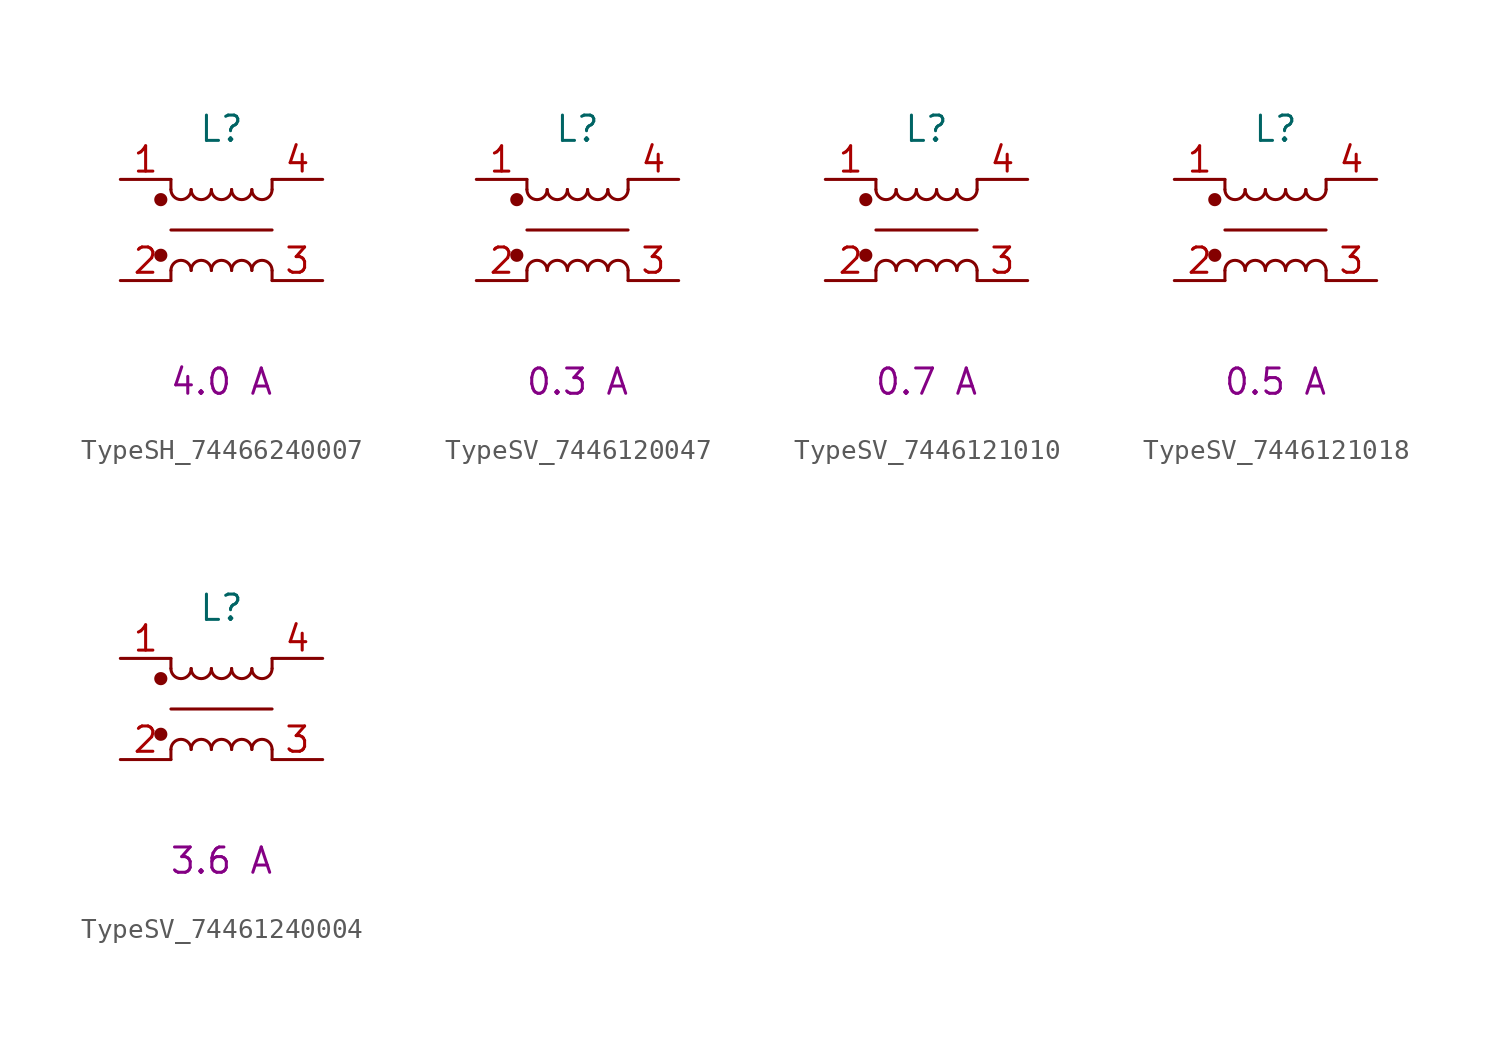
<source format=kicad_sym>
(kicad_symbol_lib
  (version 20220914)
  (generator kicad_symbol_editor)
  (symbol "TypeSH_74466240007"
    (pin_names hide)
    (property "Reference" "L"
      (at 0 5.08 0)
      (effects (font (size 1.27 1.27))))
    (property "Critical Parameter" "4.0 A"
      (at 0 -7.62 0)
      (effects (font (size 1.27 1.27))))
    (symbol "TypeSH_74466240007_0_1"
      (circle (center -3.048 -1.27) (radius 0.254) (stroke (width 0) (type default)) (fill (type outline)))
      (circle (center -3.048 1.524) (radius 0.254) (stroke (width 0) (type default)) (fill (type outline)))
      (arc (start -2.54 2.032) (mid -2.032 1.5262) (end -1.524 2.032) (stroke (width 0) (type default)) (fill (type none)))
      (arc (start -1.524 -2.032) (mid -2.032 -1.5262) (end -2.54 -2.032) (stroke (width 0) (type default)) (fill (type none)))
      (arc (start -1.524 2.032) (mid -1.016 1.5262) (end -0.508 2.032) (stroke (width 0) (type default)) (fill (type none)))
      (arc (start -0.508 -2.032) (mid -1.016 -1.5262) (end -1.524 -2.032) (stroke (width 0) (type default)) (fill (type none)))
      (arc (start -0.508 2.032) (mid 0 1.5262) (end 0.508 2.032) (stroke (width 0) (type default)) (fill (type none)))
      (polyline (pts (xy -2.54 -2.032) (xy -2.54 -2.54)) (stroke (width 0) (type default)) (fill (type none)))
      (polyline (pts (xy -2.54 2.032) (xy -2.54 2.54)) (stroke (width 0) (type default)) (fill (type none)))
      (polyline (pts (xy 2.54 -2.032) (xy 2.54 -2.54)) (stroke (width 0) (type default)) (fill (type none)))
      (polyline (pts (xy 2.54 0) (xy -2.54 0)) (stroke (width 0) (type default)) (fill (type none)))
      (polyline (pts (xy 2.54 2.54) (xy 2.54 2.032)) (stroke (width 0) (type default)) (fill (type none)))
      (arc (start 0.508 -2.032) (mid 0 -1.5262) (end -0.508 -2.032) (stroke (width 0) (type default)) (fill (type none)))
      (arc (start 0.508 2.032) (mid 1.016 1.5262) (end 1.524 2.032) (stroke (width 0) (type default)) (fill (type none)))
      (arc (start 1.524 -2.032) (mid 1.016 -1.5262) (end 0.508 -2.032) (stroke (width 0) (type default)) (fill (type none)))
      (arc (start 1.524 2.032) (mid 2.032 1.5262) (end 2.54 2.032) (stroke (width 0) (type default)) (fill (type none)))
      (arc (start 2.54 -2.032) (mid 2.032 -1.5262) (end 1.524 -2.032) (stroke (width 0) (type default)) (fill (type none))))
    (symbol "TypeSH_74466240007_1_1"
      (pin passive line (at -5.08 2.54 0) (length 2.54) (name "1" (effects (font (size 1.27 1.27)))) (number "1" (effects (font (size 1.27 1.27)))))
      (pin passive line (at -5.08 -2.54 0) (length 2.54) (name "2" (effects (font (size 1.27 1.27)))) (number "2" (effects (font (size 1.27 1.27)))))
      (pin passive line (at 5.08 -2.54 180) (length 2.54) (name "3" (effects (font (size 1.27 1.27)))) (number "3" (effects (font (size 1.27 1.27)))))
      (pin passive line (at 5.08 2.54 180) (length 2.54) (name "4" (effects (font (size 1.27 1.27)))) (number "4" (effects (font (size 1.27 1.27)))))))
  (symbol "TypeSV_7446120047"
    (pin_names hide)
    (property "Reference" "L"
      (at 0 5.08 0)
      (effects (font (size 1.27 1.27))))
    (property "Critical Parameter" "0.3 A"
      (at 0 -7.62 0)
      (effects (font (size 1.27 1.27))))
    (symbol "TypeSV_7446120047_0_1"
      (circle (center -3.048 -1.27) (radius 0.254) (stroke (width 0) (type default)) (fill (type outline)))
      (circle (center -3.048 1.524) (radius 0.254) (stroke (width 0) (type default)) (fill (type outline)))
      (arc (start -2.54 2.032) (mid -2.032 1.5262) (end -1.524 2.032) (stroke (width 0) (type default)) (fill (type none)))
      (arc (start -1.524 -2.032) (mid -2.032 -1.5262) (end -2.54 -2.032) (stroke (width 0) (type default)) (fill (type none)))
      (arc (start -1.524 2.032) (mid -1.016 1.5262) (end -0.508 2.032) (stroke (width 0) (type default)) (fill (type none)))
      (arc (start -0.508 -2.032) (mid -1.016 -1.5262) (end -1.524 -2.032) (stroke (width 0) (type default)) (fill (type none)))
      (arc (start -0.508 2.032) (mid 0 1.5262) (end 0.508 2.032) (stroke (width 0) (type default)) (fill (type none)))
      (polyline (pts (xy -2.54 -2.032) (xy -2.54 -2.54)) (stroke (width 0) (type default)) (fill (type none)))
      (polyline (pts (xy -2.54 2.032) (xy -2.54 2.54)) (stroke (width 0) (type default)) (fill (type none)))
      (polyline (pts (xy 2.54 -2.032) (xy 2.54 -2.54)) (stroke (width 0) (type default)) (fill (type none)))
      (polyline (pts (xy 2.54 0) (xy -2.54 0)) (stroke (width 0) (type default)) (fill (type none)))
      (polyline (pts (xy 2.54 2.54) (xy 2.54 2.032)) (stroke (width 0) (type default)) (fill (type none)))
      (arc (start 0.508 -2.032) (mid 0 -1.5262) (end -0.508 -2.032) (stroke (width 0) (type default)) (fill (type none)))
      (arc (start 0.508 2.032) (mid 1.016 1.5262) (end 1.524 2.032) (stroke (width 0) (type default)) (fill (type none)))
      (arc (start 1.524 -2.032) (mid 1.016 -1.5262) (end 0.508 -2.032) (stroke (width 0) (type default)) (fill (type none)))
      (arc (start 1.524 2.032) (mid 2.032 1.5262) (end 2.54 2.032) (stroke (width 0) (type default)) (fill (type none)))
      (arc (start 2.54 -2.032) (mid 2.032 -1.5262) (end 1.524 -2.032) (stroke (width 0) (type default)) (fill (type none))))
    (symbol "TypeSV_7446120047_1_1"
      (pin passive line (at -5.08 2.54 0) (length 2.54) (name "1" (effects (font (size 1.27 1.27)))) (number "1" (effects (font (size 1.27 1.27)))))
      (pin passive line (at -5.08 -2.54 0) (length 2.54) (name "2" (effects (font (size 1.27 1.27)))) (number "2" (effects (font (size 1.27 1.27)))))
      (pin passive line (at 5.08 -2.54 180) (length 2.54) (name "3" (effects (font (size 1.27 1.27)))) (number "3" (effects (font (size 1.27 1.27)))))
      (pin passive line (at 5.08 2.54 180) (length 2.54) (name "4" (effects (font (size 1.27 1.27)))) (number "4" (effects (font (size 1.27 1.27)))))))
  (symbol "TypeSV_7446121010"
    (pin_names hide)
    (property "Reference" "L"
      (at 0 5.08 0)
      (effects (font (size 1.27 1.27))))
    (property "Critical Parameter" "0.7 A"
      (at 0 -7.62 0)
      (effects (font (size 1.27 1.27))))
    (symbol "TypeSV_7446121010_0_1"
      (circle (center -3.048 -1.27) (radius 0.254) (stroke (width 0) (type default)) (fill (type outline)))
      (circle (center -3.048 1.524) (radius 0.254) (stroke (width 0) (type default)) (fill (type outline)))
      (arc (start -2.54 2.032) (mid -2.032 1.5262) (end -1.524 2.032) (stroke (width 0) (type default)) (fill (type none)))
      (arc (start -1.524 -2.032) (mid -2.032 -1.5262) (end -2.54 -2.032) (stroke (width 0) (type default)) (fill (type none)))
      (arc (start -1.524 2.032) (mid -1.016 1.5262) (end -0.508 2.032) (stroke (width 0) (type default)) (fill (type none)))
      (arc (start -0.508 -2.032) (mid -1.016 -1.5262) (end -1.524 -2.032) (stroke (width 0) (type default)) (fill (type none)))
      (arc (start -0.508 2.032) (mid 0 1.5262) (end 0.508 2.032) (stroke (width 0) (type default)) (fill (type none)))
      (polyline (pts (xy -2.54 -2.032) (xy -2.54 -2.54)) (stroke (width 0) (type default)) (fill (type none)))
      (polyline (pts (xy -2.54 2.032) (xy -2.54 2.54)) (stroke (width 0) (type default)) (fill (type none)))
      (polyline (pts (xy 2.54 -2.032) (xy 2.54 -2.54)) (stroke (width 0) (type default)) (fill (type none)))
      (polyline (pts (xy 2.54 0) (xy -2.54 0)) (stroke (width 0) (type default)) (fill (type none)))
      (polyline (pts (xy 2.54 2.54) (xy 2.54 2.032)) (stroke (width 0) (type default)) (fill (type none)))
      (arc (start 0.508 -2.032) (mid 0 -1.5262) (end -0.508 -2.032) (stroke (width 0) (type default)) (fill (type none)))
      (arc (start 0.508 2.032) (mid 1.016 1.5262) (end 1.524 2.032) (stroke (width 0) (type default)) (fill (type none)))
      (arc (start 1.524 -2.032) (mid 1.016 -1.5262) (end 0.508 -2.032) (stroke (width 0) (type default)) (fill (type none)))
      (arc (start 1.524 2.032) (mid 2.032 1.5262) (end 2.54 2.032) (stroke (width 0) (type default)) (fill (type none)))
      (arc (start 2.54 -2.032) (mid 2.032 -1.5262) (end 1.524 -2.032) (stroke (width 0) (type default)) (fill (type none))))
    (symbol "TypeSV_7446121010_1_1"
      (pin passive line (at -5.08 2.54 0) (length 2.54) (name "1" (effects (font (size 1.27 1.27)))) (number "1" (effects (font (size 1.27 1.27)))))
      (pin passive line (at -5.08 -2.54 0) (length 2.54) (name "2" (effects (font (size 1.27 1.27)))) (number "2" (effects (font (size 1.27 1.27)))))
      (pin passive line (at 5.08 -2.54 180) (length 2.54) (name "3" (effects (font (size 1.27 1.27)))) (number "3" (effects (font (size 1.27 1.27)))))
      (pin passive line (at 5.08 2.54 180) (length 2.54) (name "4" (effects (font (size 1.27 1.27)))) (number "4" (effects (font (size 1.27 1.27)))))))
  (symbol "TypeSV_7446121018"
    (pin_names hide)
    (property "Reference" "L"
      (at 0 5.08 0)
      (effects (font (size 1.27 1.27))))
    (property "Critical Parameter" "0.5 A"
      (at 0 -7.62 0)
      (effects (font (size 1.27 1.27))))
    (symbol "TypeSV_7446121018_0_1"
      (circle (center -3.048 -1.27) (radius 0.254) (stroke (width 0) (type default)) (fill (type outline)))
      (circle (center -3.048 1.524) (radius 0.254) (stroke (width 0) (type default)) (fill (type outline)))
      (arc (start -2.54 2.032) (mid -2.032 1.5262) (end -1.524 2.032) (stroke (width 0) (type default)) (fill (type none)))
      (arc (start -1.524 -2.032) (mid -2.032 -1.5262) (end -2.54 -2.032) (stroke (width 0) (type default)) (fill (type none)))
      (arc (start -1.524 2.032) (mid -1.016 1.5262) (end -0.508 2.032) (stroke (width 0) (type default)) (fill (type none)))
      (arc (start -0.508 -2.032) (mid -1.016 -1.5262) (end -1.524 -2.032) (stroke (width 0) (type default)) (fill (type none)))
      (arc (start -0.508 2.032) (mid 0 1.5262) (end 0.508 2.032) (stroke (width 0) (type default)) (fill (type none)))
      (polyline (pts (xy -2.54 -2.032) (xy -2.54 -2.54)) (stroke (width 0) (type default)) (fill (type none)))
      (polyline (pts (xy -2.54 2.032) (xy -2.54 2.54)) (stroke (width 0) (type default)) (fill (type none)))
      (polyline (pts (xy 2.54 -2.032) (xy 2.54 -2.54)) (stroke (width 0) (type default)) (fill (type none)))
      (polyline (pts (xy 2.54 0) (xy -2.54 0)) (stroke (width 0) (type default)) (fill (type none)))
      (polyline (pts (xy 2.54 2.54) (xy 2.54 2.032)) (stroke (width 0) (type default)) (fill (type none)))
      (arc (start 0.508 -2.032) (mid 0 -1.5262) (end -0.508 -2.032) (stroke (width 0) (type default)) (fill (type none)))
      (arc (start 0.508 2.032) (mid 1.016 1.5262) (end 1.524 2.032) (stroke (width 0) (type default)) (fill (type none)))
      (arc (start 1.524 -2.032) (mid 1.016 -1.5262) (end 0.508 -2.032) (stroke (width 0) (type default)) (fill (type none)))
      (arc (start 1.524 2.032) (mid 2.032 1.5262) (end 2.54 2.032) (stroke (width 0) (type default)) (fill (type none)))
      (arc (start 2.54 -2.032) (mid 2.032 -1.5262) (end 1.524 -2.032) (stroke (width 0) (type default)) (fill (type none))))
    (symbol "TypeSV_7446121018_1_1"
      (pin passive line (at -5.08 2.54 0) (length 2.54) (name "1" (effects (font (size 1.27 1.27)))) (number "1" (effects (font (size 1.27 1.27)))))
      (pin passive line (at -5.08 -2.54 0) (length 2.54) (name "2" (effects (font (size 1.27 1.27)))) (number "2" (effects (font (size 1.27 1.27)))))
      (pin passive line (at 5.08 -2.54 180) (length 2.54) (name "3" (effects (font (size 1.27 1.27)))) (number "3" (effects (font (size 1.27 1.27)))))
      (pin passive line (at 5.08 2.54 180) (length 2.54) (name "4" (effects (font (size 1.27 1.27)))) (number "4" (effects (font (size 1.27 1.27)))))))
  (symbol "TypeSV_74461240004"
    (pin_names hide)
    (property "Reference" "L"
      (at 0 5.08 0)
      (effects (font (size 1.27 1.27))))
    (property "Critical Parameter" "3.6 A"
      (at 0 -7.62 0)
      (effects (font (size 1.27 1.27))))
    (symbol "TypeSV_74461240004_0_1"
      (circle (center -3.048 -1.27) (radius 0.254) (stroke (width 0) (type default)) (fill (type outline)))
      (circle (center -3.048 1.524) (radius 0.254) (stroke (width 0) (type default)) (fill (type outline)))
      (arc (start -2.54 2.032) (mid -2.032 1.5262) (end -1.524 2.032) (stroke (width 0) (type default)) (fill (type none)))
      (arc (start -1.524 -2.032) (mid -2.032 -1.5262) (end -2.54 -2.032) (stroke (width 0) (type default)) (fill (type none)))
      (arc (start -1.524 2.032) (mid -1.016 1.5262) (end -0.508 2.032) (stroke (width 0) (type default)) (fill (type none)))
      (arc (start -0.508 -2.032) (mid -1.016 -1.5262) (end -1.524 -2.032) (stroke (width 0) (type default)) (fill (type none)))
      (arc (start -0.508 2.032) (mid 0 1.5262) (end 0.508 2.032) (stroke (width 0) (type default)) (fill (type none)))
      (polyline (pts (xy -2.54 -2.032) (xy -2.54 -2.54)) (stroke (width 0) (type default)) (fill (type none)))
      (polyline (pts (xy -2.54 2.032) (xy -2.54 2.54)) (stroke (width 0) (type default)) (fill (type none)))
      (polyline (pts (xy 2.54 -2.032) (xy 2.54 -2.54)) (stroke (width 0) (type default)) (fill (type none)))
      (polyline (pts (xy 2.54 0) (xy -2.54 0)) (stroke (width 0) (type default)) (fill (type none)))
      (polyline (pts (xy 2.54 2.54) (xy 2.54 2.032)) (stroke (width 0) (type default)) (fill (type none)))
      (arc (start 0.508 -2.032) (mid 0 -1.5262) (end -0.508 -2.032) (stroke (width 0) (type default)) (fill (type none)))
      (arc (start 0.508 2.032) (mid 1.016 1.5262) (end 1.524 2.032) (stroke (width 0) (type default)) (fill (type none)))
      (arc (start 1.524 -2.032) (mid 1.016 -1.5262) (end 0.508 -2.032) (stroke (width 0) (type default)) (fill (type none)))
      (arc (start 1.524 2.032) (mid 2.032 1.5262) (end 2.54 2.032) (stroke (width 0) (type default)) (fill (type none)))
      (arc (start 2.54 -2.032) (mid 2.032 -1.5262) (end 1.524 -2.032) (stroke (width 0) (type default)) (fill (type none))))
    (symbol "TypeSV_74461240004_1_1"
      (pin passive line (at -5.08 2.54 0) (length 2.54) (name "1" (effects (font (size 1.27 1.27)))) (number "1" (effects (font (size 1.27 1.27)))))
      (pin passive line (at -5.08 -2.54 0) (length 2.54) (name "2" (effects (font (size 1.27 1.27)))) (number "2" (effects (font (size 1.27 1.27)))))
      (pin passive line (at 5.08 -2.54 180) (length 2.54) (name "3" (effects (font (size 1.27 1.27)))) (number "3" (effects (font (size 1.27 1.27)))))
      (pin passive line (at 5.08 2.54 180) (length 2.54) (name "4" (effects (font (size 1.27 1.27)))) (number "4" (effects (font (size 1.27 1.27))))))))
</source>
